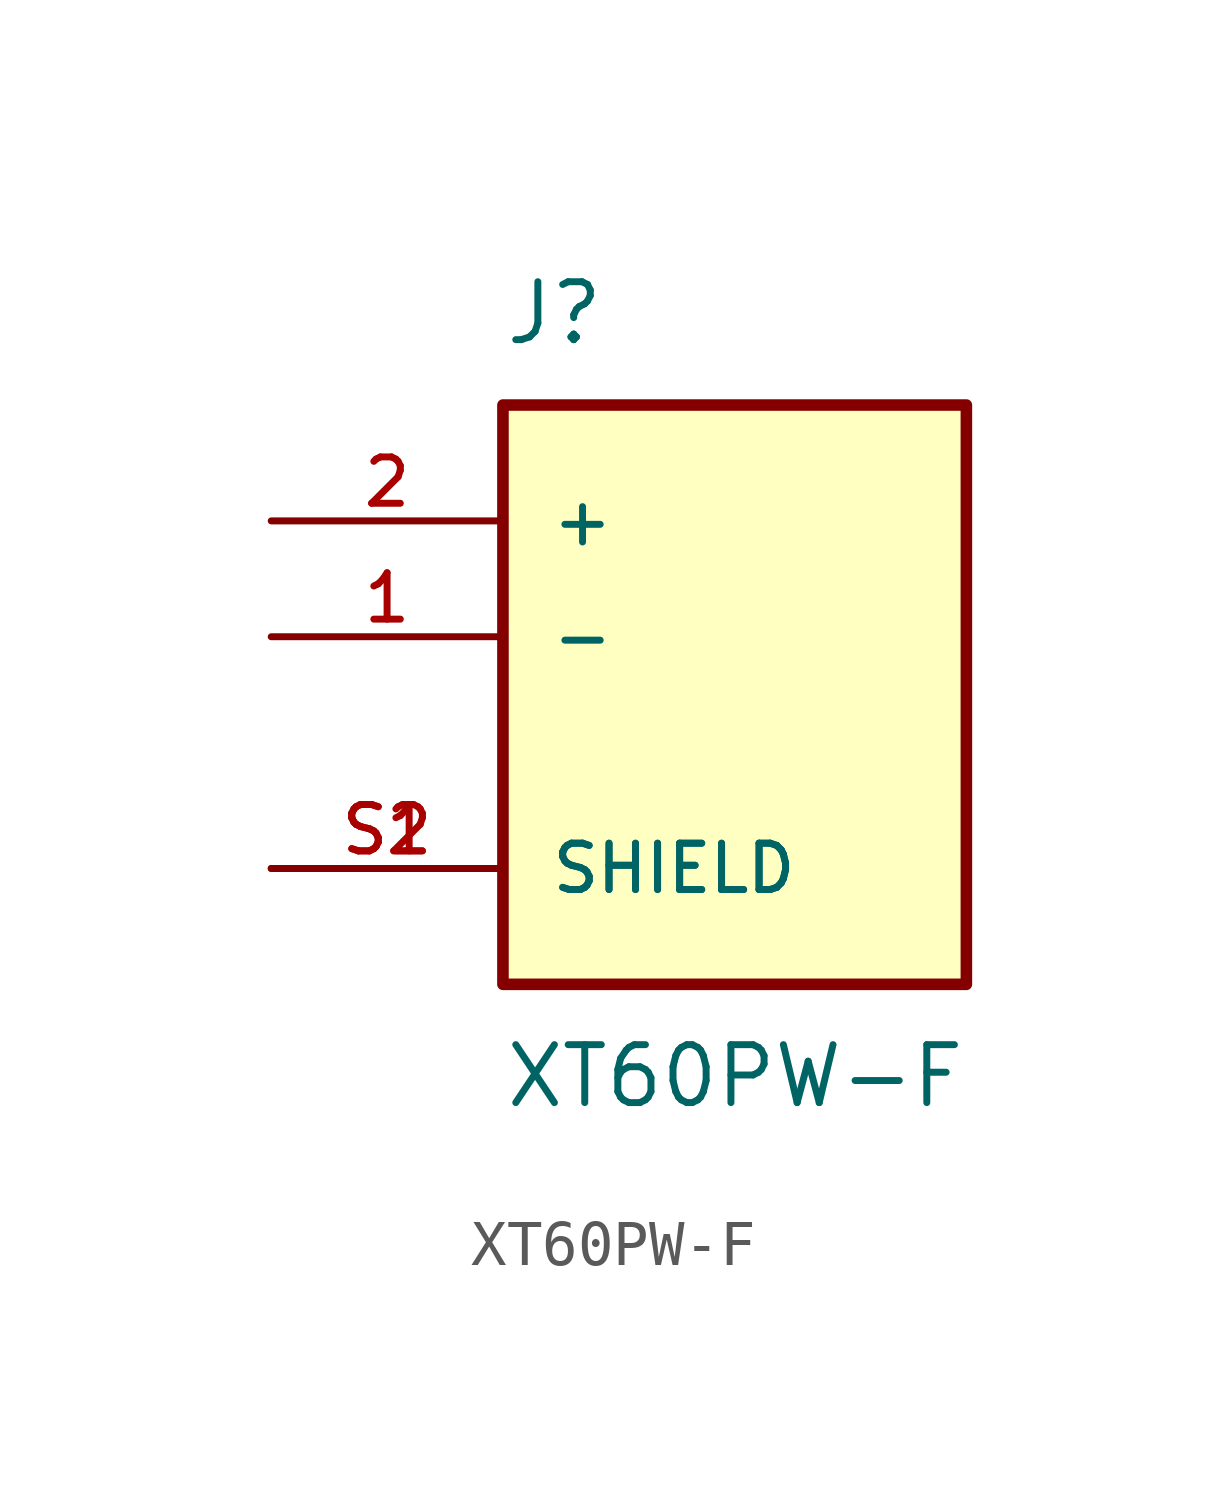
<source format=kicad_sym>
(kicad_symbol_lib
  (version 20220914)
  (generator kicad_symbol_editor)
  (symbol "XT60PW-F"
    (pin_names
      (offset 1.016))
    (property "Reference" "J"
      (at -5.08 6.35 0)
      (effects (font (size 1.27 1.27)) (justify left bottom)))
    (property "Value" "XT60PW-F"
      (at -5.08 -8.89 0)
      (effects (font (size 1.27 1.27)) (justify left top)))
    (symbol "XT60PW-F_0_0"
      (rectangle (start -5.08 -7.62) (end 5.08 5.08) (stroke (width 0.254) (type default)) (fill (type background)))
      (pin passive line (at -10.16 -5.08 0) (length 5.08) (name "SHIELD" (effects (font (size 1.016 1.016)))) (number "S1" (effects (font (size 1.016 1.016)))))
      (pin passive line (at -10.16 -5.08 0) (length 5.08) (name "SHIELD" (effects (font (size 1.016 1.016)))) (number "S2" (effects (font (size 1.016 1.016))))))
    (symbol "XT60PW-F_1_0"
      (pin passive line (at -10.16 0 0) (length 5.08) (name "-" (effects (font (size 1.016 1.016)))) (number "1" (effects (font (size 1.016 1.016)))))
      (pin passive line (at -10.16 2.54 0) (length 5.08) (name "+" (effects (font (size 1.016 1.016)))) (number "2" (effects (font (size 1.016 1.016))))))))
</source>
